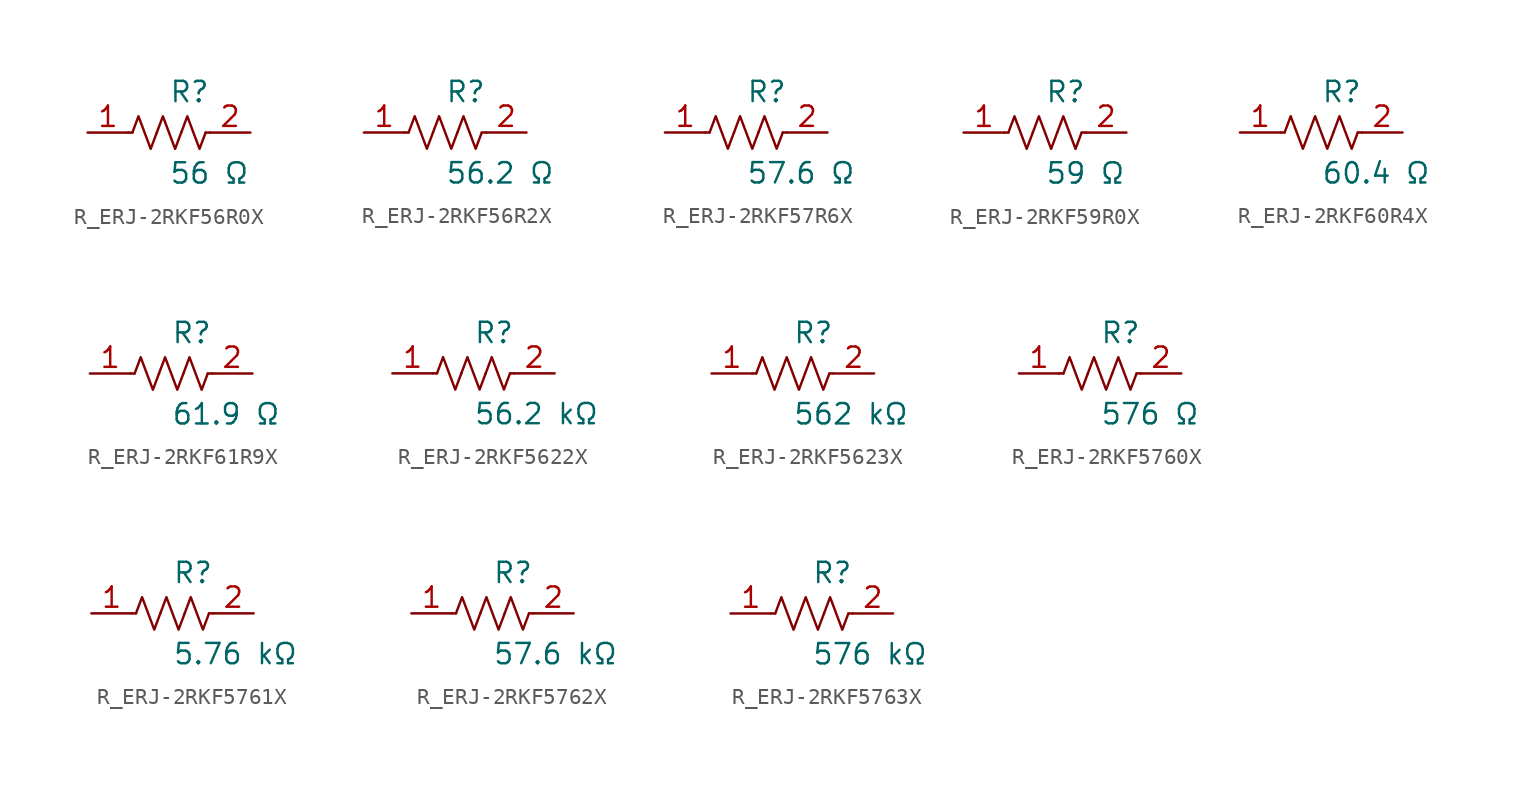
<source format=kicad_sym>
(kicad_symbol_lib
  (version 20231120)
  (generator kicad_symbol_editor)
  (generator_version 8.0)
  (symbol "R_ERJ-2RKF56R0X"
    (pin_names
      (offset 0.254))
    (property "Reference" "R"
      (at 0 2.54 0)
      (effects (font (size 1.27 1.27)) (justify left)))
    (property "Value" "56 Ω"
      (at 0 -2.54 0)
      (effects (font (size 1.27 1.27)) (justify left)))
    (symbol "R_ERJ-2RKF56R0X_0_1"
      (polyline (pts (xy 2.286 0) (xy 2.54 0)) (stroke (width 0) (type default)) (fill (type none)))
      (polyline (pts (xy -2.286 0) (xy -2.54 0)) (stroke (width 0) (type default)) (fill (type none)))
      (polyline (pts (xy 0.762 0) (xy 1.143 1.016) (xy 1.524 0) (xy 1.905 -1.016) (xy 2.286 0)) (stroke (width 0) (type default)) (fill (type none)))
      (polyline (pts (xy -0.762 0) (xy -0.381 1.016) (xy 0 0) (xy 0.381 -1.016) (xy 0.762 0)) (stroke (width 0) (type default)) (fill (type none)))
      (polyline (pts (xy -2.286 0) (xy -1.905 1.016) (xy -1.524 0) (xy -1.143 -1.016) (xy -0.762 0)) (stroke (width 0) (type default)) (fill (type none))))
    (pin passive line
      (at -5.08 0 0)
      (length 2.54)
      (name "" (effects (font (size 1.27 1.27))))
      (number "1" (effects (font (size 1.27 1.27)))))
    (pin passive line
      (at 5.08 0 180)
      (length 2.54)
      (name "" (effects (font (size 1.27 1.27))))
      (number "2" (effects (font (size 1.27 1.27))))))
  (symbol "R_ERJ-2RKF56R2X"
    (pin_names
      (offset 0.254))
    (property "Reference" "R"
      (at 0 2.54 0)
      (effects (font (size 1.27 1.27)) (justify left)))
    (property "Value" "56.2 Ω"
      (at 0 -2.54 0)
      (effects (font (size 1.27 1.27)) (justify left)))
    (symbol "R_ERJ-2RKF56R2X_0_1"
      (polyline (pts (xy 2.286 0) (xy 2.54 0)) (stroke (width 0) (type default)) (fill (type none)))
      (polyline (pts (xy -2.286 0) (xy -2.54 0)) (stroke (width 0) (type default)) (fill (type none)))
      (polyline (pts (xy 0.762 0) (xy 1.143 1.016) (xy 1.524 0) (xy 1.905 -1.016) (xy 2.286 0)) (stroke (width 0) (type default)) (fill (type none)))
      (polyline (pts (xy -0.762 0) (xy -0.381 1.016) (xy 0 0) (xy 0.381 -1.016) (xy 0.762 0)) (stroke (width 0) (type default)) (fill (type none)))
      (polyline (pts (xy -2.286 0) (xy -1.905 1.016) (xy -1.524 0) (xy -1.143 -1.016) (xy -0.762 0)) (stroke (width 0) (type default)) (fill (type none))))
    (pin passive line
      (at -5.08 0 0)
      (length 2.54)
      (name "" (effects (font (size 1.27 1.27))))
      (number "1" (effects (font (size 1.27 1.27)))))
    (pin passive line
      (at 5.08 0 180)
      (length 2.54)
      (name "" (effects (font (size 1.27 1.27))))
      (number "2" (effects (font (size 1.27 1.27))))))
  (symbol "R_ERJ-2RKF57R6X"
    (pin_names
      (offset 0.254))
    (property "Reference" "R"
      (at 0 2.54 0)
      (effects (font (size 1.27 1.27)) (justify left)))
    (property "Value" "57.6 Ω"
      (at 0 -2.54 0)
      (effects (font (size 1.27 1.27)) (justify left)))
    (symbol "R_ERJ-2RKF57R6X_0_1"
      (polyline (pts (xy 2.286 0) (xy 2.54 0)) (stroke (width 0) (type default)) (fill (type none)))
      (polyline (pts (xy -2.286 0) (xy -2.54 0)) (stroke (width 0) (type default)) (fill (type none)))
      (polyline (pts (xy 0.762 0) (xy 1.143 1.016) (xy 1.524 0) (xy 1.905 -1.016) (xy 2.286 0)) (stroke (width 0) (type default)) (fill (type none)))
      (polyline (pts (xy -0.762 0) (xy -0.381 1.016) (xy 0 0) (xy 0.381 -1.016) (xy 0.762 0)) (stroke (width 0) (type default)) (fill (type none)))
      (polyline (pts (xy -2.286 0) (xy -1.905 1.016) (xy -1.524 0) (xy -1.143 -1.016) (xy -0.762 0)) (stroke (width 0) (type default)) (fill (type none))))
    (pin passive line
      (at -5.08 0 0)
      (length 2.54)
      (name "" (effects (font (size 1.27 1.27))))
      (number "1" (effects (font (size 1.27 1.27)))))
    (pin passive line
      (at 5.08 0 180)
      (length 2.54)
      (name "" (effects (font (size 1.27 1.27))))
      (number "2" (effects (font (size 1.27 1.27))))))
  (symbol "R_ERJ-2RKF59R0X"
    (pin_names
      (offset 0.254))
    (property "Reference" "R"
      (at 0 2.54 0)
      (effects (font (size 1.27 1.27)) (justify left)))
    (property "Value" "59 Ω"
      (at 0 -2.54 0)
      (effects (font (size 1.27 1.27)) (justify left)))
    (symbol "R_ERJ-2RKF59R0X_0_1"
      (polyline (pts (xy 2.286 0) (xy 2.54 0)) (stroke (width 0) (type default)) (fill (type none)))
      (polyline (pts (xy -2.286 0) (xy -2.54 0)) (stroke (width 0) (type default)) (fill (type none)))
      (polyline (pts (xy 0.762 0) (xy 1.143 1.016) (xy 1.524 0) (xy 1.905 -1.016) (xy 2.286 0)) (stroke (width 0) (type default)) (fill (type none)))
      (polyline (pts (xy -0.762 0) (xy -0.381 1.016) (xy 0 0) (xy 0.381 -1.016) (xy 0.762 0)) (stroke (width 0) (type default)) (fill (type none)))
      (polyline (pts (xy -2.286 0) (xy -1.905 1.016) (xy -1.524 0) (xy -1.143 -1.016) (xy -0.762 0)) (stroke (width 0) (type default)) (fill (type none))))
    (pin passive line
      (at -5.08 0 0)
      (length 2.54)
      (name "" (effects (font (size 1.27 1.27))))
      (number "1" (effects (font (size 1.27 1.27)))))
    (pin passive line
      (at 5.08 0 180)
      (length 2.54)
      (name "" (effects (font (size 1.27 1.27))))
      (number "2" (effects (font (size 1.27 1.27))))))
  (symbol "R_ERJ-2RKF60R4X"
    (pin_names
      (offset 0.254))
    (property "Reference" "R"
      (at 0 2.54 0)
      (effects (font (size 1.27 1.27)) (justify left)))
    (property "Value" "60.4 Ω"
      (at 0 -2.54 0)
      (effects (font (size 1.27 1.27)) (justify left)))
    (symbol "R_ERJ-2RKF60R4X_0_1"
      (polyline (pts (xy 2.286 0) (xy 2.54 0)) (stroke (width 0) (type default)) (fill (type none)))
      (polyline (pts (xy -2.286 0) (xy -2.54 0)) (stroke (width 0) (type default)) (fill (type none)))
      (polyline (pts (xy 0.762 0) (xy 1.143 1.016) (xy 1.524 0) (xy 1.905 -1.016) (xy 2.286 0)) (stroke (width 0) (type default)) (fill (type none)))
      (polyline (pts (xy -0.762 0) (xy -0.381 1.016) (xy 0 0) (xy 0.381 -1.016) (xy 0.762 0)) (stroke (width 0) (type default)) (fill (type none)))
      (polyline (pts (xy -2.286 0) (xy -1.905 1.016) (xy -1.524 0) (xy -1.143 -1.016) (xy -0.762 0)) (stroke (width 0) (type default)) (fill (type none))))
    (pin passive line
      (at -5.08 0 0)
      (length 2.54)
      (name "" (effects (font (size 1.27 1.27))))
      (number "1" (effects (font (size 1.27 1.27)))))
    (pin passive line
      (at 5.08 0 180)
      (length 2.54)
      (name "" (effects (font (size 1.27 1.27))))
      (number "2" (effects (font (size 1.27 1.27))))))
  (symbol "R_ERJ-2RKF61R9X"
    (pin_names
      (offset 0.254))
    (property "Reference" "R"
      (at 0 2.54 0)
      (effects (font (size 1.27 1.27)) (justify left)))
    (property "Value" "61.9 Ω"
      (at 0 -2.54 0)
      (effects (font (size 1.27 1.27)) (justify left)))
    (symbol "R_ERJ-2RKF61R9X_0_1"
      (polyline (pts (xy 2.286 0) (xy 2.54 0)) (stroke (width 0) (type default)) (fill (type none)))
      (polyline (pts (xy -2.286 0) (xy -2.54 0)) (stroke (width 0) (type default)) (fill (type none)))
      (polyline (pts (xy 0.762 0) (xy 1.143 1.016) (xy 1.524 0) (xy 1.905 -1.016) (xy 2.286 0)) (stroke (width 0) (type default)) (fill (type none)))
      (polyline (pts (xy -0.762 0) (xy -0.381 1.016) (xy 0 0) (xy 0.381 -1.016) (xy 0.762 0)) (stroke (width 0) (type default)) (fill (type none)))
      (polyline (pts (xy -2.286 0) (xy -1.905 1.016) (xy -1.524 0) (xy -1.143 -1.016) (xy -0.762 0)) (stroke (width 0) (type default)) (fill (type none))))
    (pin passive line
      (at -5.08 0 0)
      (length 2.54)
      (name "" (effects (font (size 1.27 1.27))))
      (number "1" (effects (font (size 1.27 1.27)))))
    (pin passive line
      (at 5.08 0 180)
      (length 2.54)
      (name "" (effects (font (size 1.27 1.27))))
      (number "2" (effects (font (size 1.27 1.27))))))
  (symbol "R_ERJ-2RKF5622X"
    (pin_names
      (offset 0.254))
    (property "Reference" "R"
      (at 0 2.54 0)
      (effects (font (size 1.27 1.27)) (justify left)))
    (property "Value" "56.2 kΩ"
      (at 0 -2.54 0)
      (effects (font (size 1.27 1.27)) (justify left)))
    (symbol "R_ERJ-2RKF5622X_0_1"
      (polyline (pts (xy 2.286 0) (xy 2.54 0)) (stroke (width 0) (type default)) (fill (type none)))
      (polyline (pts (xy -2.286 0) (xy -2.54 0)) (stroke (width 0) (type default)) (fill (type none)))
      (polyline (pts (xy 0.762 0) (xy 1.143 1.016) (xy 1.524 0) (xy 1.905 -1.016) (xy 2.286 0)) (stroke (width 0) (type default)) (fill (type none)))
      (polyline (pts (xy -0.762 0) (xy -0.381 1.016) (xy 0 0) (xy 0.381 -1.016) (xy 0.762 0)) (stroke (width 0) (type default)) (fill (type none)))
      (polyline (pts (xy -2.286 0) (xy -1.905 1.016) (xy -1.524 0) (xy -1.143 -1.016) (xy -0.762 0)) (stroke (width 0) (type default)) (fill (type none))))
    (pin passive line
      (at -5.08 0 0)
      (length 2.54)
      (name "" (effects (font (size 1.27 1.27))))
      (number "1" (effects (font (size 1.27 1.27)))))
    (pin passive line
      (at 5.08 0 180)
      (length 2.54)
      (name "" (effects (font (size 1.27 1.27))))
      (number "2" (effects (font (size 1.27 1.27))))))
  (symbol "R_ERJ-2RKF5623X"
    (pin_names
      (offset 0.254))
    (property "Reference" "R"
      (at 0 2.54 0)
      (effects (font (size 1.27 1.27)) (justify left)))
    (property "Value" "562 kΩ"
      (at 0 -2.54 0)
      (effects (font (size 1.27 1.27)) (justify left)))
    (symbol "R_ERJ-2RKF5623X_0_1"
      (polyline (pts (xy 2.286 0) (xy 2.54 0)) (stroke (width 0) (type default)) (fill (type none)))
      (polyline (pts (xy -2.286 0) (xy -2.54 0)) (stroke (width 0) (type default)) (fill (type none)))
      (polyline (pts (xy 0.762 0) (xy 1.143 1.016) (xy 1.524 0) (xy 1.905 -1.016) (xy 2.286 0)) (stroke (width 0) (type default)) (fill (type none)))
      (polyline (pts (xy -0.762 0) (xy -0.381 1.016) (xy 0 0) (xy 0.381 -1.016) (xy 0.762 0)) (stroke (width 0) (type default)) (fill (type none)))
      (polyline (pts (xy -2.286 0) (xy -1.905 1.016) (xy -1.524 0) (xy -1.143 -1.016) (xy -0.762 0)) (stroke (width 0) (type default)) (fill (type none))))
    (pin passive line
      (at -5.08 0 0)
      (length 2.54)
      (name "" (effects (font (size 1.27 1.27))))
      (number "1" (effects (font (size 1.27 1.27)))))
    (pin passive line
      (at 5.08 0 180)
      (length 2.54)
      (name "" (effects (font (size 1.27 1.27))))
      (number "2" (effects (font (size 1.27 1.27))))))
  (symbol "R_ERJ-2RKF5760X"
    (pin_names
      (offset 0.254))
    (property "Reference" "R"
      (at 0 2.54 0)
      (effects (font (size 1.27 1.27)) (justify left)))
    (property "Value" "576 Ω"
      (at 0 -2.54 0)
      (effects (font (size 1.27 1.27)) (justify left)))
    (symbol "R_ERJ-2RKF5760X_0_1"
      (polyline (pts (xy 2.286 0) (xy 2.54 0)) (stroke (width 0) (type default)) (fill (type none)))
      (polyline (pts (xy -2.286 0) (xy -2.54 0)) (stroke (width 0) (type default)) (fill (type none)))
      (polyline (pts (xy 0.762 0) (xy 1.143 1.016) (xy 1.524 0) (xy 1.905 -1.016) (xy 2.286 0)) (stroke (width 0) (type default)) (fill (type none)))
      (polyline (pts (xy -0.762 0) (xy -0.381 1.016) (xy 0 0) (xy 0.381 -1.016) (xy 0.762 0)) (stroke (width 0) (type default)) (fill (type none)))
      (polyline (pts (xy -2.286 0) (xy -1.905 1.016) (xy -1.524 0) (xy -1.143 -1.016) (xy -0.762 0)) (stroke (width 0) (type default)) (fill (type none))))
    (pin passive line
      (at -5.08 0 0)
      (length 2.54)
      (name "" (effects (font (size 1.27 1.27))))
      (number "1" (effects (font (size 1.27 1.27)))))
    (pin passive line
      (at 5.08 0 180)
      (length 2.54)
      (name "" (effects (font (size 1.27 1.27))))
      (number "2" (effects (font (size 1.27 1.27))))))
  (symbol "R_ERJ-2RKF5761X"
    (pin_names
      (offset 0.254))
    (property "Reference" "R"
      (at 0 2.54 0)
      (effects (font (size 1.27 1.27)) (justify left)))
    (property "Value" "5.76 kΩ"
      (at 0 -2.54 0)
      (effects (font (size 1.27 1.27)) (justify left)))
    (symbol "R_ERJ-2RKF5761X_0_1"
      (polyline (pts (xy 2.286 0) (xy 2.54 0)) (stroke (width 0) (type default)) (fill (type none)))
      (polyline (pts (xy -2.286 0) (xy -2.54 0)) (stroke (width 0) (type default)) (fill (type none)))
      (polyline (pts (xy 0.762 0) (xy 1.143 1.016) (xy 1.524 0) (xy 1.905 -1.016) (xy 2.286 0)) (stroke (width 0) (type default)) (fill (type none)))
      (polyline (pts (xy -0.762 0) (xy -0.381 1.016) (xy 0 0) (xy 0.381 -1.016) (xy 0.762 0)) (stroke (width 0) (type default)) (fill (type none)))
      (polyline (pts (xy -2.286 0) (xy -1.905 1.016) (xy -1.524 0) (xy -1.143 -1.016) (xy -0.762 0)) (stroke (width 0) (type default)) (fill (type none))))
    (pin passive line
      (at -5.08 0 0)
      (length 2.54)
      (name "" (effects (font (size 1.27 1.27))))
      (number "1" (effects (font (size 1.27 1.27)))))
    (pin passive line
      (at 5.08 0 180)
      (length 2.54)
      (name "" (effects (font (size 1.27 1.27))))
      (number "2" (effects (font (size 1.27 1.27))))))
  (symbol "R_ERJ-2RKF5762X"
    (pin_names
      (offset 0.254))
    (property "Reference" "R"
      (at 0 2.54 0)
      (effects (font (size 1.27 1.27)) (justify left)))
    (property "Value" "57.6 kΩ"
      (at 0 -2.54 0)
      (effects (font (size 1.27 1.27)) (justify left)))
    (symbol "R_ERJ-2RKF5762X_0_1"
      (polyline (pts (xy 2.286 0) (xy 2.54 0)) (stroke (width 0) (type default)) (fill (type none)))
      (polyline (pts (xy -2.286 0) (xy -2.54 0)) (stroke (width 0) (type default)) (fill (type none)))
      (polyline (pts (xy 0.762 0) (xy 1.143 1.016) (xy 1.524 0) (xy 1.905 -1.016) (xy 2.286 0)) (stroke (width 0) (type default)) (fill (type none)))
      (polyline (pts (xy -0.762 0) (xy -0.381 1.016) (xy 0 0) (xy 0.381 -1.016) (xy 0.762 0)) (stroke (width 0) (type default)) (fill (type none)))
      (polyline (pts (xy -2.286 0) (xy -1.905 1.016) (xy -1.524 0) (xy -1.143 -1.016) (xy -0.762 0)) (stroke (width 0) (type default)) (fill (type none))))
    (pin passive line
      (at -5.08 0 0)
      (length 2.54)
      (name "" (effects (font (size 1.27 1.27))))
      (number "1" (effects (font (size 1.27 1.27)))))
    (pin passive line
      (at 5.08 0 180)
      (length 2.54)
      (name "" (effects (font (size 1.27 1.27))))
      (number "2" (effects (font (size 1.27 1.27))))))
  (symbol "R_ERJ-2RKF5763X"
    (pin_names
      (offset 0.254))
    (property "Reference" "R"
      (at 0 2.54 0)
      (effects (font (size 1.27 1.27)) (justify left)))
    (property "Value" "576 kΩ"
      (at 0 -2.54 0)
      (effects (font (size 1.27 1.27)) (justify left)))
    (symbol "R_ERJ-2RKF5763X_0_1"
      (polyline (pts (xy 2.286 0) (xy 2.54 0)) (stroke (width 0) (type default)) (fill (type none)))
      (polyline (pts (xy -2.286 0) (xy -2.54 0)) (stroke (width 0) (type default)) (fill (type none)))
      (polyline (pts (xy 0.762 0) (xy 1.143 1.016) (xy 1.524 0) (xy 1.905 -1.016) (xy 2.286 0)) (stroke (width 0) (type default)) (fill (type none)))
      (polyline (pts (xy -0.762 0) (xy -0.381 1.016) (xy 0 0) (xy 0.381 -1.016) (xy 0.762 0)) (stroke (width 0) (type default)) (fill (type none)))
      (polyline (pts (xy -2.286 0) (xy -1.905 1.016) (xy -1.524 0) (xy -1.143 -1.016) (xy -0.762 0)) (stroke (width 0) (type default)) (fill (type none))))
    (pin passive line
      (at -5.08 0 0)
      (length 2.54)
      (name "" (effects (font (size 1.27 1.27))))
      (number "1" (effects (font (size 1.27 1.27)))))
    (pin passive line
      (at 5.08 0 180)
      (length 2.54)
      (name "" (effects (font (size 1.27 1.27))))
      (number "2" (effects (font (size 1.27 1.27)))))))
</source>
